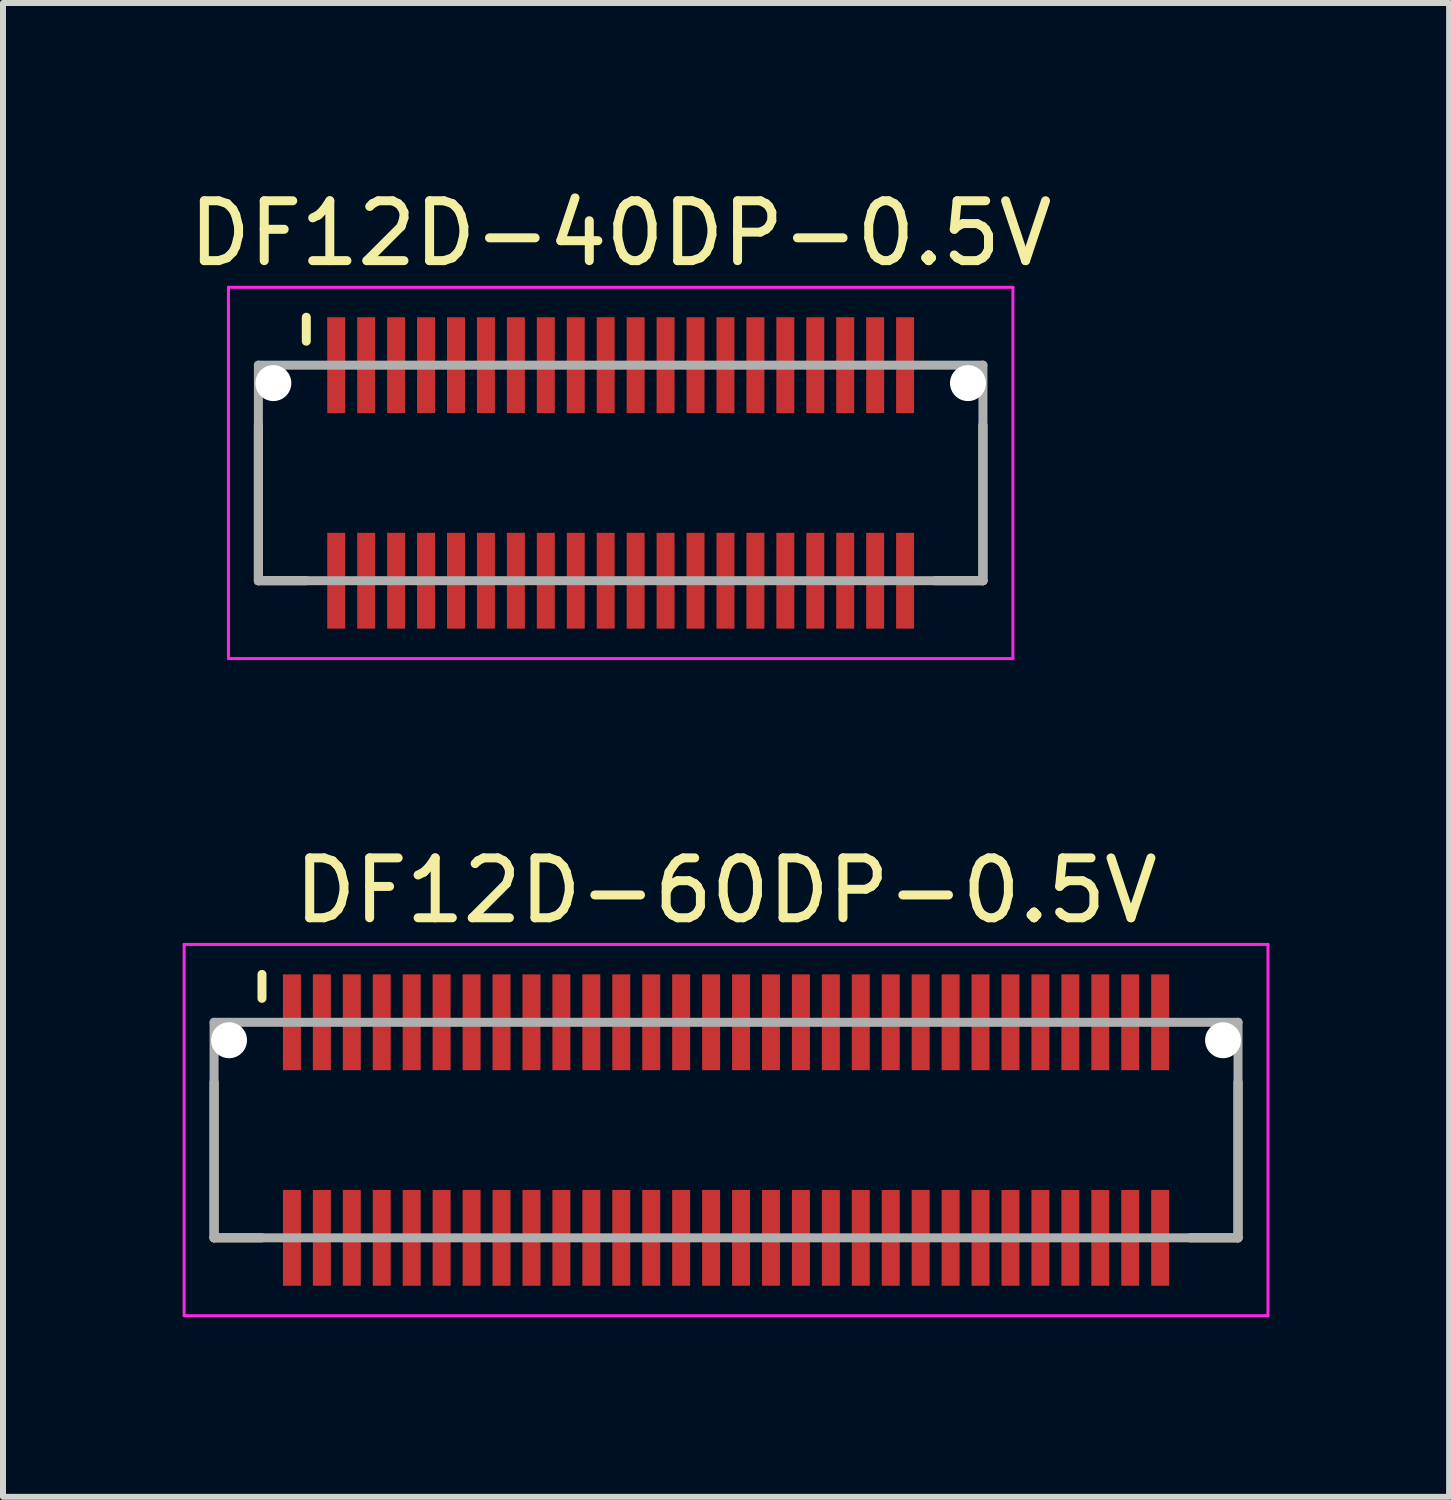
<source format=kicad_pcb>
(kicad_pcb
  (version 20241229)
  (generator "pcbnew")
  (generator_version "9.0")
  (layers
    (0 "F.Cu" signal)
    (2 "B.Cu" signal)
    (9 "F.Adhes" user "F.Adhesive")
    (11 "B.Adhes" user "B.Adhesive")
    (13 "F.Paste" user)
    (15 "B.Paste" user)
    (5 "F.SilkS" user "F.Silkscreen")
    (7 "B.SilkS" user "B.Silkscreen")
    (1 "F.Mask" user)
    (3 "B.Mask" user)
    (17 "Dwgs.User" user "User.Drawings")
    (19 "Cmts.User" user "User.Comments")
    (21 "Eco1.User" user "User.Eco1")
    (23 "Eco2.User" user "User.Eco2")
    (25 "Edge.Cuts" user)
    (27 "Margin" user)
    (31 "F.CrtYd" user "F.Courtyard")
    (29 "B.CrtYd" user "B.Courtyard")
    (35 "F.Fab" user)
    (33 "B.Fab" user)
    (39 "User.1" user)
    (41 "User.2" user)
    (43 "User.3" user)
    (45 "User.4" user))
  (footprint "DF12D-40DP-0.5V"
    (layer "F.Cu")
    (at 7.315 4.848)
    (property "Reference" "DF12D-40DP-0.5V" (at 0 -4 0) (layer "F.SilkS") (effects (font (size 1 1) (thickness 0.15))))
    (attr smd)
    (fp_line (start -6.05 -0.8) (end -6.05 1.8) (stroke (width 0.15) (type solid)) (layer "F.SilkS"))
    (fp_line (start -6.05 1.8) (end -5.25 1.8) (stroke (width 0.15) (type solid)) (layer "F.SilkS"))
    (fp_line (start -5.25 -2.6) (end -5.25 -2.2) (stroke (width 0.15) (type solid)) (layer "F.SilkS"))
    (fp_line (start 5.25 1.8) (end 6.05 1.8) (stroke (width 0.15) (type solid)) (layer "F.SilkS"))
    (fp_line (start 6.05 -0.8) (end 6.05 1.8) (stroke (width 0.15) (type solid)) (layer "F.SilkS"))
    (fp_line (start -6.55 -3.1) (end -6.55 3.1) (stroke (width 0.05) (type solid)) (layer "F.CrtYd"))
    (fp_line (start -6.55 -3.1) (end 6.55 -3.1) (stroke (width 0.05) (type solid)) (layer "F.CrtYd"))
    (fp_line (start -6.55 3.1) (end 6.55 3.1) (stroke (width 0.05) (type solid)) (layer "F.CrtYd"))
    (fp_line (start 6.55 -3.1) (end 6.55 3.1) (stroke (width 0.05) (type solid)) (layer "F.CrtYd"))
    (fp_line (start -6.05 -1.8) (end -6.05 1.8) (stroke (width 0.15) (type solid)) (layer "F.Fab"))
    (fp_line (start -6.05 -1.8) (end 6.05 -1.8) (stroke (width 0.15) (type solid)) (layer "F.Fab"))
    (fp_line (start -6.05 1.8) (end 6.05 1.8) (stroke (width 0.15) (type solid)) (layer "F.Fab"))
    (fp_line (start 6.05 -1.8) (end 6.05 1.8) (stroke (width 0.15) (type solid)) (layer "F.Fab"))
    (pad "" np_thru_hole circle (at -5.8 -1.5) (size 0.6 0.6) (drill 0.6) (layers "*.Cu" "*.Mask"))
    (pad "" np_thru_hole circle (at 5.8 -1.5) (size 0.6 0.6) (drill 0.6) (layers "*.Cu" "*.Mask"))
    (pad "1" smd rect (at -4.75 -1.8) (size 0.3 1.6) (layers "F.Cu" "F.Mask" "F.Paste"))
    (pad "2" smd rect (at -4.75 1.8) (size 0.3 1.6) (layers "F.Cu" "F.Mask" "F.Paste"))
    (pad "3" smd rect (at -4.25 -1.8) (size 0.3 1.6) (layers "F.Cu" "F.Mask" "F.Paste"))
    (pad "4" smd rect (at -4.25 1.8) (size 0.3 1.6) (layers "F.Cu" "F.Mask" "F.Paste"))
    (pad "5" smd rect (at -3.75 -1.8) (size 0.3 1.6) (layers "F.Cu" "F.Mask" "F.Paste"))
    (pad "6" smd rect (at -3.75 1.8) (size 0.3 1.6) (layers "F.Cu" "F.Mask" "F.Paste"))
    (pad "7" smd rect (at -3.25 -1.8) (size 0.3 1.6) (layers "F.Cu" "F.Mask" "F.Paste"))
    (pad "8" smd rect (at -3.25 1.8) (size 0.3 1.6) (layers "F.Cu" "F.Mask" "F.Paste"))
    (pad "9" smd rect (at -2.75 -1.8) (size 0.3 1.6) (layers "F.Cu" "F.Mask" "F.Paste"))
    (pad "10" smd rect (at -2.75 1.8) (size 0.3 1.6) (layers "F.Cu" "F.Mask" "F.Paste"))
    (pad "11" smd rect (at -2.25 -1.8) (size 0.3 1.6) (layers "F.Cu" "F.Mask" "F.Paste"))
    (pad "12" smd rect (at -2.25 1.8) (size 0.3 1.6) (layers "F.Cu" "F.Mask" "F.Paste"))
    (pad "13" smd rect (at -1.75 -1.8) (size 0.3 1.6) (layers "F.Cu" "F.Mask" "F.Paste"))
    (pad "14" smd rect (at -1.75 1.8) (size 0.3 1.6) (layers "F.Cu" "F.Mask" "F.Paste"))
    (pad "15" smd rect (at -1.25 -1.8) (size 0.3 1.6) (layers "F.Cu" "F.Mask" "F.Paste"))
    (pad "16" smd rect (at -1.25 1.8) (size 0.3 1.6) (layers "F.Cu" "F.Mask" "F.Paste"))
    (pad "17" smd rect (at -0.75 -1.8) (size 0.3 1.6) (layers "F.Cu" "F.Mask" "F.Paste"))
    (pad "18" smd rect (at -0.75 1.8) (size 0.3 1.6) (layers "F.Cu" "F.Mask" "F.Paste"))
    (pad "19" smd rect (at -0.25 -1.8) (size 0.3 1.6) (layers "F.Cu" "F.Mask" "F.Paste"))
    (pad "20" smd rect (at -0.25 1.8) (size 0.3 1.6) (layers "F.Cu" "F.Mask" "F.Paste"))
    (pad "21" smd rect (at 0.25 -1.8) (size 0.3 1.6) (layers "F.Cu" "F.Mask" "F.Paste"))
    (pad "22" smd rect (at 0.25 1.8) (size 0.3 1.6) (layers "F.Cu" "F.Mask" "F.Paste"))
    (pad "23" smd rect (at 0.75 -1.8) (size 0.3 1.6) (layers "F.Cu" "F.Mask" "F.Paste"))
    (pad "24" smd rect (at 0.75 1.8) (size 0.3 1.6) (layers "F.Cu" "F.Mask" "F.Paste"))
    (pad "25" smd rect (at 1.25 -1.8) (size 0.3 1.6) (layers "F.Cu" "F.Mask" "F.Paste"))
    (pad "26" smd rect (at 1.25 1.8) (size 0.3 1.6) (layers "F.Cu" "F.Mask" "F.Paste"))
    (pad "27" smd rect (at 1.75 -1.8) (size 0.3 1.6) (layers "F.Cu" "F.Mask" "F.Paste"))
    (pad "28" smd rect (at 1.75 1.8) (size 0.3 1.6) (layers "F.Cu" "F.Mask" "F.Paste"))
    (pad "29" smd rect (at 2.25 -1.8) (size 0.3 1.6) (layers "F.Cu" "F.Mask" "F.Paste"))
    (pad "30" smd rect (at 2.25 1.8) (size 0.3 1.6) (layers "F.Cu" "F.Mask" "F.Paste"))
    (pad "31" smd rect (at 2.75 -1.8) (size 0.3 1.6) (layers "F.Cu" "F.Mask" "F.Paste"))
    (pad "32" smd rect (at 2.75 1.8) (size 0.3 1.6) (layers "F.Cu" "F.Mask" "F.Paste"))
    (pad "33" smd rect (at 3.25 -1.8) (size 0.3 1.6) (layers "F.Cu" "F.Mask" "F.Paste"))
    (pad "34" smd rect (at 3.25 1.8) (size 0.3 1.6) (layers "F.Cu" "F.Mask" "F.Paste"))
    (pad "35" smd rect (at 3.75 -1.8) (size 0.3 1.6) (layers "F.Cu" "F.Mask" "F.Paste"))
    (pad "36" smd rect (at 3.75 1.8) (size 0.3 1.6) (layers "F.Cu" "F.Mask" "F.Paste"))
    (pad "37" smd rect (at 4.25 -1.8) (size 0.3 1.6) (layers "F.Cu" "F.Mask" "F.Paste"))
    (pad "38" smd rect (at 4.25 1.8) (size 0.3 1.6) (layers "F.Cu" "F.Mask" "F.Paste"))
    (pad "39" smd rect (at 4.75 -1.8) (size 0.3 1.6) (layers "F.Cu" "F.Mask" "F.Paste"))
    (pad "40" smd rect (at 4.75 1.8) (size 0.3 1.6) (layers "F.Cu" "F.Mask" "F.Paste")))
  (footprint "DF12D-60DP-0.5V"
    (layer "F.Cu")
    (at 9.075 15.822)
    (property "Reference" "DF12D-60DP-0.5V" (at 0 -4 0) (layer "F.SilkS") (effects (font (size 1 1) (thickness 0.15))))
    (attr smd)
    (fp_line (start -8.55 -0.8) (end -8.55 1.8) (stroke (width 0.15) (type solid)) (layer "F.SilkS"))
    (fp_line (start -8.55 1.8) (end -7.75 1.8) (stroke (width 0.15) (type solid)) (layer "F.SilkS"))
    (fp_line (start -7.75 -2.6) (end -7.75 -2.2) (stroke (width 0.15) (type solid)) (layer "F.SilkS"))
    (fp_line (start 7.75 1.8) (end 8.55 1.8) (stroke (width 0.15) (type solid)) (layer "F.SilkS"))
    (fp_line (start 8.55 -0.8) (end 8.55 1.8) (stroke (width 0.15) (type solid)) (layer "F.SilkS"))
    (fp_line (start -9.05 -3.1) (end -9.05 3.1) (stroke (width 0.05) (type solid)) (layer "F.CrtYd"))
    (fp_line (start -9.05 -3.1) (end 9.05 -3.1) (stroke (width 0.05) (type solid)) (layer "F.CrtYd"))
    (fp_line (start -9.05 3.1) (end 9.05 3.1) (stroke (width 0.05) (type solid)) (layer "F.CrtYd"))
    (fp_line (start 9.05 -3.1) (end 9.05 3.1) (stroke (width 0.05) (type solid)) (layer "F.CrtYd"))
    (fp_line (start -8.55 -1.8) (end -8.55 1.8) (stroke (width 0.15) (type solid)) (layer "F.Fab"))
    (fp_line (start -8.55 -1.8) (end 8.55 -1.8) (stroke (width 0.15) (type solid)) (layer "F.Fab"))
    (fp_line (start -8.55 1.8) (end 8.55 1.8) (stroke (width 0.15) (type solid)) (layer "F.Fab"))
    (fp_line (start 8.55 -1.8) (end 8.55 1.8) (stroke (width 0.15) (type solid)) (layer "F.Fab"))
    (pad "" np_thru_hole circle (at -8.3 -1.5) (size 0.6 0.6) (drill 0.6) (layers "*.Cu" "*.Mask"))
    (pad "" np_thru_hole circle (at 8.3 -1.5) (size 0.6 0.6) (drill 0.6) (layers "*.Cu" "*.Mask"))
    (pad "1" smd rect (at -7.25 -1.8) (size 0.3 1.6) (layers "F.Cu" "F.Mask" "F.Paste"))
    (pad "2" smd rect (at -7.25 1.8) (size 0.3 1.6) (layers "F.Cu" "F.Mask" "F.Paste"))
    (pad "3" smd rect (at -6.75 -1.8) (size 0.3 1.6) (layers "F.Cu" "F.Mask" "F.Paste"))
    (pad "4" smd rect (at -6.75 1.8) (size 0.3 1.6) (layers "F.Cu" "F.Mask" "F.Paste"))
    (pad "5" smd rect (at -6.25 -1.8) (size 0.3 1.6) (layers "F.Cu" "F.Mask" "F.Paste"))
    (pad "6" smd rect (at -6.25 1.8) (size 0.3 1.6) (layers "F.Cu" "F.Mask" "F.Paste"))
    (pad "7" smd rect (at -5.75 -1.8) (size 0.3 1.6) (layers "F.Cu" "F.Mask" "F.Paste"))
    (pad "8" smd rect (at -5.75 1.8) (size 0.3 1.6) (layers "F.Cu" "F.Mask" "F.Paste"))
    (pad "9" smd rect (at -5.25 -1.8) (size 0.3 1.6) (layers "F.Cu" "F.Mask" "F.Paste"))
    (pad "10" smd rect (at -5.25 1.8) (size 0.3 1.6) (layers "F.Cu" "F.Mask" "F.Paste"))
    (pad "11" smd rect (at -4.75 -1.8) (size 0.3 1.6) (layers "F.Cu" "F.Mask" "F.Paste"))
    (pad "12" smd rect (at -4.75 1.8) (size 0.3 1.6) (layers "F.Cu" "F.Mask" "F.Paste"))
    (pad "13" smd rect (at -4.25 -1.8) (size 0.3 1.6) (layers "F.Cu" "F.Mask" "F.Paste"))
    (pad "14" smd rect (at -4.25 1.8) (size 0.3 1.6) (layers "F.Cu" "F.Mask" "F.Paste"))
    (pad "15" smd rect (at -3.75 -1.8) (size 0.3 1.6) (layers "F.Cu" "F.Mask" "F.Paste"))
    (pad "16" smd rect (at -3.75 1.8) (size 0.3 1.6) (layers "F.Cu" "F.Mask" "F.Paste"))
    (pad "17" smd rect (at -3.25 -1.8) (size 0.3 1.6) (layers "F.Cu" "F.Mask" "F.Paste"))
    (pad "18" smd rect (at -3.25 1.8) (size 0.3 1.6) (layers "F.Cu" "F.Mask" "F.Paste"))
    (pad "19" smd rect (at -2.75 -1.8) (size 0.3 1.6) (layers "F.Cu" "F.Mask" "F.Paste"))
    (pad "20" smd rect (at -2.75 1.8) (size 0.3 1.6) (layers "F.Cu" "F.Mask" "F.Paste"))
    (pad "21" smd rect (at -2.25 -1.8) (size 0.3 1.6) (layers "F.Cu" "F.Mask" "F.Paste"))
    (pad "22" smd rect (at -2.25 1.8) (size 0.3 1.6) (layers "F.Cu" "F.Mask" "F.Paste"))
    (pad "23" smd rect (at -1.75 -1.8) (size 0.3 1.6) (layers "F.Cu" "F.Mask" "F.Paste"))
    (pad "24" smd rect (at -1.75 1.8) (size 0.3 1.6) (layers "F.Cu" "F.Mask" "F.Paste"))
    (pad "25" smd rect (at -1.25 -1.8) (size 0.3 1.6) (layers "F.Cu" "F.Mask" "F.Paste"))
    (pad "26" smd rect (at -1.25 1.8) (size 0.3 1.6) (layers "F.Cu" "F.Mask" "F.Paste"))
    (pad "27" smd rect (at -0.75 -1.8) (size 0.3 1.6) (layers "F.Cu" "F.Mask" "F.Paste"))
    (pad "28" smd rect (at -0.75 1.8) (size 0.3 1.6) (layers "F.Cu" "F.Mask" "F.Paste"))
    (pad "29" smd rect (at -0.25 -1.8) (size 0.3 1.6) (layers "F.Cu" "F.Mask" "F.Paste"))
    (pad "30" smd rect (at -0.25 1.8) (size 0.3 1.6) (layers "F.Cu" "F.Mask" "F.Paste"))
    (pad "31" smd rect (at 0.25 -1.8) (size 0.3 1.6) (layers "F.Cu" "F.Mask" "F.Paste"))
    (pad "32" smd rect (at 0.25 1.8) (size 0.3 1.6) (layers "F.Cu" "F.Mask" "F.Paste"))
    (pad "33" smd rect (at 0.75 -1.8) (size 0.3 1.6) (layers "F.Cu" "F.Mask" "F.Paste"))
    (pad "34" smd rect (at 0.75 1.8) (size 0.3 1.6) (layers "F.Cu" "F.Mask" "F.Paste"))
    (pad "35" smd rect (at 1.25 -1.8) (size 0.3 1.6) (layers "F.Cu" "F.Mask" "F.Paste"))
    (pad "36" smd rect (at 1.25 1.8) (size 0.3 1.6) (layers "F.Cu" "F.Mask" "F.Paste"))
    (pad "37" smd rect (at 1.75 -1.8) (size 0.3 1.6) (layers "F.Cu" "F.Mask" "F.Paste"))
    (pad "38" smd rect (at 1.75 1.8) (size 0.3 1.6) (layers "F.Cu" "F.Mask" "F.Paste"))
    (pad "39" smd rect (at 2.25 -1.8) (size 0.3 1.6) (layers "F.Cu" "F.Mask" "F.Paste"))
    (pad "40" smd rect (at 2.25 1.8) (size 0.3 1.6) (layers "F.Cu" "F.Mask" "F.Paste"))
    (pad "41" smd rect (at 2.75 -1.8) (size 0.3 1.6) (layers "F.Cu" "F.Mask" "F.Paste"))
    (pad "42" smd rect (at 2.75 1.8) (size 0.3 1.6) (layers "F.Cu" "F.Mask" "F.Paste"))
    (pad "43" smd rect (at 3.25 -1.8) (size 0.3 1.6) (layers "F.Cu" "F.Mask" "F.Paste"))
    (pad "44" smd rect (at 3.25 1.8) (size 0.3 1.6) (layers "F.Cu" "F.Mask" "F.Paste"))
    (pad "45" smd rect (at 3.75 -1.8) (size 0.3 1.6) (layers "F.Cu" "F.Mask" "F.Paste"))
    (pad "46" smd rect (at 3.75 1.8) (size 0.3 1.6) (layers "F.Cu" "F.Mask" "F.Paste"))
    (pad "47" smd rect (at 4.25 -1.8) (size 0.3 1.6) (layers "F.Cu" "F.Mask" "F.Paste"))
    (pad "48" smd rect (at 4.25 1.8) (size 0.3 1.6) (layers "F.Cu" "F.Mask" "F.Paste"))
    (pad "49" smd rect (at 4.75 -1.8) (size 0.3 1.6) (layers "F.Cu" "F.Mask" "F.Paste"))
    (pad "50" smd rect (at 4.75 1.8) (size 0.3 1.6) (layers "F.Cu" "F.Mask" "F.Paste"))
    (pad "51" smd rect (at 5.25 -1.8) (size 0.3 1.6) (layers "F.Cu" "F.Mask" "F.Paste"))
    (pad "52" smd rect (at 5.25 1.8) (size 0.3 1.6) (layers "F.Cu" "F.Mask" "F.Paste"))
    (pad "53" smd rect (at 5.75 -1.8) (size 0.3 1.6) (layers "F.Cu" "F.Mask" "F.Paste"))
    (pad "54" smd rect (at 5.75 1.8) (size 0.3 1.6) (layers "F.Cu" "F.Mask" "F.Paste"))
    (pad "55" smd rect (at 6.25 -1.8) (size 0.3 1.6) (layers "F.Cu" "F.Mask" "F.Paste"))
    (pad "56" smd rect (at 6.25 1.8) (size 0.3 1.6) (layers "F.Cu" "F.Mask" "F.Paste"))
    (pad "57" smd rect (at 6.75 -1.8) (size 0.3 1.6) (layers "F.Cu" "F.Mask" "F.Paste"))
    (pad "58" smd rect (at 6.75 1.8) (size 0.3 1.6) (layers "F.Cu" "F.Mask" "F.Paste"))
    (pad "59" smd rect (at 7.25 -1.8) (size 0.3 1.6) (layers "F.Cu" "F.Mask" "F.Paste"))
    (pad "60" smd rect (at 7.25 1.8) (size 0.3 1.6) (layers "F.Cu" "F.Mask" "F.Paste")))
  (gr_rect
    (start -3 -3)
    (end 21.15 21.947)
    (stroke (width 0.1) (type default))
    (fill no)
    (layer "Edge.Cuts")))
</source>
